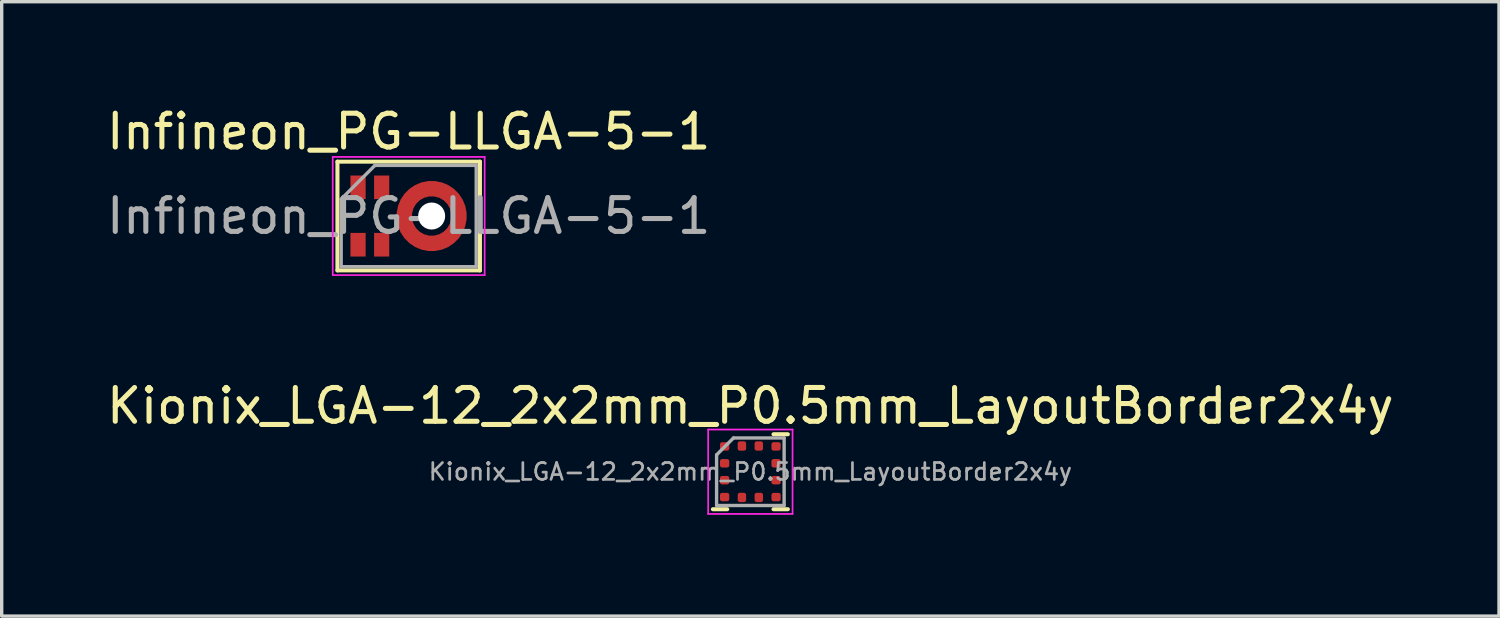
<source format=kicad_pcb>
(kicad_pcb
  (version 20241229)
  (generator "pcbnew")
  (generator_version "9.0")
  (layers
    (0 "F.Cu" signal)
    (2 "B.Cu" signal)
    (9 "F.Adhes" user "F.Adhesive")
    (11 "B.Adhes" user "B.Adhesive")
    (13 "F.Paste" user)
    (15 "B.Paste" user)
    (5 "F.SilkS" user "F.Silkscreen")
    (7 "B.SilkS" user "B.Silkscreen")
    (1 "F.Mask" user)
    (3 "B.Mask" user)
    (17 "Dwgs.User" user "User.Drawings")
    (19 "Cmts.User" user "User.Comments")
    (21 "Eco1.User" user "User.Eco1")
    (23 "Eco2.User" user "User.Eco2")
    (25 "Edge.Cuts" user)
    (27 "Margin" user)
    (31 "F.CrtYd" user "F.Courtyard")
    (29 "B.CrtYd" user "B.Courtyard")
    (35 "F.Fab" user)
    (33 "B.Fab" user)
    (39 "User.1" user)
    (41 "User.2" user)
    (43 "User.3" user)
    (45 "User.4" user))
  (footprint "Infineon_PG-LLGA-5-1"
    (layer "F.Cu")
    (at 9.054 3.348)
    (property "Reference" "Infineon_PG-LLGA-5-1" (at 0 -2.5 0) (layer "F.SilkS") (effects (font (size 1 1) (thickness 0.15))))
    (attr smd)
    (fp_poly (pts (xy -2 -1.5) (xy 2 -1.5) (xy 2 1.5) (xy -2 1.5)) (stroke (width 0.1) (type solid)) (fill yes) (layer "F.Mask"))
    (fp_line (start -2.11 -1.61) (end 2.11 -1.61) (stroke (width 0.12) (type solid)) (layer "F.SilkS"))
    (fp_line (start -2.11 1.61) (end -2.11 -1.61) (stroke (width 0.12) (type solid)) (layer "F.SilkS"))
    (fp_line (start 2.11 -1.61) (end 2.11 1.61) (stroke (width 0.12) (type solid)) (layer "F.SilkS"))
    (fp_line (start 2.11 1.61) (end -2.11 1.61) (stroke (width 0.12) (type solid)) (layer "F.SilkS"))
    (fp_line (start -2.25 -1.75) (end 2.25 -1.75) (stroke (width 0.05) (type solid)) (layer "F.CrtYd"))
    (fp_line (start -2.25 1.75) (end -2.25 -1.75) (stroke (width 0.05) (type solid)) (layer "F.CrtYd"))
    (fp_line (start 2.25 -1.75) (end 2.25 1.75) (stroke (width 0.05) (type solid)) (layer "F.CrtYd"))
    (fp_line (start 2.25 1.75) (end -2.25 1.75) (stroke (width 0.05) (type solid)) (layer "F.CrtYd"))
    (fp_line (start -2 -0.5) (end -1 -1.5) (stroke (width 0.1) (type solid)) (layer "F.Fab"))
    (fp_line (start -2 1.5) (end -2 -0.5) (stroke (width 0.1) (type solid)) (layer "F.Fab"))
    (fp_line (start -1 -1.5) (end 2 -1.5) (stroke (width 0.1) (type solid)) (layer "F.Fab"))
    (fp_line (start 2 -1.5) (end 2 1.5) (stroke (width 0.1) (type solid)) (layer "F.Fab"))
    (fp_line (start 2 1.5) (end -2 1.5) (stroke (width 0.1) (type solid)) (layer "F.Fab"))
    (fp_text user "${REFERENCE}" (at 0 0 0) (layer "F.Fab") (effects (font (size 1 1) (thickness 0.15))))
    (pad "" smd custom (at -1.5 -0.725) (size 0.3 0.3) (layers "F.Paste") (options (anchor circle)) (primitives (gr_poly (pts (xy 0.185 -0.327) (xy 0.141 -0.391) (xy 0.077 -0.435) (xy 0 -0.45) (xy -0.077 -0.435) (xy -0.141 -0.391) (xy -0.185 -0.327) (xy -0.2 -0.25) (xy -0.2 0) (xy -0.185 0.077) (xy -0.141 0.141) (xy -0.077 0.185) (xy 0 0.2) (xy 0.077 0.185) (xy 0.141 0.141) (xy 0.185 0.077) (xy 0.2 0) (xy 0.2 -0.25)) (width 0) (fill yes))))
    (pad "" smd custom (at -1.5 0.725) (size 0.3 0.3) (layers "F.Paste") (options (anchor circle)) (primitives (gr_poly (pts (xy 0.185 -0.077) (xy 0.141 -0.141) (xy 0.077 -0.185) (xy 0 -0.2) (xy -0.077 -0.185) (xy -0.141 -0.141) (xy -0.185 -0.077) (xy -0.2 0) (xy -0.2 0.25) (xy -0.185 0.327) (xy -0.141 0.391) (xy -0.077 0.435) (xy 0 0.45) (xy 0.077 0.435) (xy 0.141 0.391) (xy 0.185 0.327) (xy 0.2 0.25) (xy 0.2 0)) (width 0) (fill yes))))
    (pad "" smd custom (at -0.8 -0.725) (size 0.3 0.3) (layers "F.Paste") (options (anchor circle)) (primitives (gr_poly (pts (xy 0.185 -0.327) (xy 0.141 -0.391) (xy 0.077 -0.435) (xy 0 -0.45) (xy -0.077 -0.435) (xy -0.141 -0.391) (xy -0.185 -0.327) (xy -0.2 -0.25) (xy -0.2 0) (xy -0.185 0.077) (xy -0.141 0.141) (xy -0.077 0.185) (xy 0 0.2) (xy 0.077 0.185) (xy 0.141 0.141) (xy 0.185 0.077) (xy 0.2 0) (xy 0.2 -0.25)) (width 0) (fill yes))))
    (pad "" smd custom (at -0.8 0.725) (size 0.3 0.3) (layers "F.Paste") (options (anchor circle)) (primitives (gr_poly (pts (xy 0.185 -0.077) (xy 0.141 -0.141) (xy 0.077 -0.185) (xy 0 -0.2) (xy -0.077 -0.185) (xy -0.141 -0.141) (xy -0.185 -0.077) (xy -0.2 0) (xy -0.2 0.25) (xy -0.185 0.327) (xy -0.141 0.391) (xy -0.077 0.435) (xy 0 0.45) (xy 0.077 0.435) (xy 0.141 0.391) (xy 0.185 0.327) (xy 0.2 0.25) (xy 0.2 0)) (width 0) (fill yes))))
    (pad "" smd custom (at -0.12 0) (size 0.3 0.3) (layers "F.Paste") (options (anchor circle)) (primitives (gr_poly (pts (xy -0.093 -0.33) (xy -0.02 -0.36) (xy 0.058 -0.359) (xy 0.129 -0.328) (xy 0.184 -0.273) (xy 0.213 -0.2) (xy 0.213 -0.122) (xy 0.2 0) (xy 0.213 0.122) (xy 0.213 0.2) (xy 0.184 0.273) (xy 0.129 0.328) (xy 0.058 0.359) (xy -0.02 0.36) (xy -0.093 0.33) (xy -0.149 0.276) (xy -0.179 0.204) (xy -0.198 0.068) (xy -0.198 -0.068) (xy -0.179 -0.204) (xy -0.149 -0.276)) (width 0) (fill yes))))
    (pad "" smd custom (at 0.28 -0.693) (size 0.3 0.3) (layers "F.Paste") (options (anchor circle)) (primitives (gr_poly (pts (xy 0.24 -0.246) (xy 0.301 -0.198) (xy 0.34 -0.13) (xy 0.349 -0.052) (xy 0.328 0.023) (xy 0.28 0.085) (xy 0.212 0.123) (xy 0.1 0.173) (xy 0.000409 0.245) (xy -0.067 0.285) (xy -0.144 0.296) (xy -0.22 0.276) (xy -0.282 0.229) (xy -0.322 0.162) (xy -0.332 0.085) (xy -0.313 0.009) (xy -0.266 -0.053) (xy -0.158 -0.137) (xy -0.04 -0.205) (xy 0.087 -0.257) (xy 0.164 -0.266)) (width 0) (fill yes))))
    (pad "" smd custom (at 0.28 0.693) (size 0.3 0.3) (layers "F.Paste") (options (anchor circle)) (primitives (gr_poly (pts (xy -0.332 -0.085) (xy -0.322 -0.162) (xy -0.282 -0.229) (xy -0.22 -0.276) (xy -0.144 -0.296) (xy -0.067 -0.285) (xy 0.000389 -0.245) (xy 0.1 -0.173) (xy 0.212 -0.123) (xy 0.28 -0.085) (xy 0.328 -0.023) (xy 0.349 0.052) (xy 0.34 0.13) (xy 0.301 0.197) (xy 0.24 0.246) (xy 0.164 0.266) (xy 0.087 0.257) (xy -0.04 0.205) (xy -0.158 0.137) (xy -0.266 0.053) (xy -0.313 -0.009)) (width 0) (fill yes))))
    (pad "" np_thru_hole circle (at 0.68 0) (size 0.8 0.8) (drill 0.8) (layers "*.Cu" "*.Mask"))
    (pad "" smd custom (at 1.08 -0.693) (size 0.3 0.3) (layers "F.Paste") (options (anchor circle)) (primitives (gr_poly (pts (xy 0.332 0.085) (xy 0.322 0.162) (xy 0.282 0.229) (xy 0.22 0.276) (xy 0.144 0.296) (xy 0.067 0.285) (xy -0.000409 0.245) (xy -0.1 0.173) (xy -0.212 0.123) (xy -0.28 0.085) (xy -0.328 0.023) (xy -0.349 -0.052) (xy -0.34 -0.13) (xy -0.301 -0.198) (xy -0.24 -0.246) (xy -0.164 -0.266) (xy -0.087 -0.257) (xy 0.04 -0.205) (xy 0.158 -0.137) (xy 0.266 -0.053) (xy 0.313 0.009)) (width 0) (fill yes))))
    (pad "" smd custom (at 1.08 0.693) (size 0.3 0.3) (layers "F.Paste") (options (anchor circle)) (primitives (gr_poly (pts (xy -0.24 0.246) (xy -0.301 0.198) (xy -0.34 0.13) (xy -0.349 0.052) (xy -0.328 -0.023) (xy -0.28 -0.085) (xy -0.212 -0.123) (xy -0.1 -0.173) (xy -0.000411 -0.245) (xy 0.067 -0.285) (xy 0.144 -0.296) (xy 0.22 -0.276) (xy 0.282 -0.229) (xy 0.322 -0.162) (xy 0.332 -0.085) (xy 0.313 -0.009) (xy 0.266 0.053) (xy 0.158 0.137) (xy 0.04 0.205) (xy -0.087 0.257) (xy -0.164 0.266)) (width 0) (fill yes))))
    (pad "" smd custom (at 1.48 0) (size 0.3 0.3) (layers "F.Paste") (options (anchor circle)) (primitives (gr_poly (pts (xy 0.093 0.33) (xy 0.02 0.36) (xy -0.058 0.359) (xy -0.129 0.328) (xy -0.184 0.273) (xy -0.213 0.2) (xy -0.213 0.122) (xy -0.2 0) (xy -0.213 -0.122) (xy -0.213 -0.2) (xy -0.184 -0.273) (xy -0.129 -0.328) (xy -0.058 -0.359) (xy 0.02 -0.36) (xy 0.093 -0.33) (xy 0.149 -0.276) (xy 0.179 -0.204) (xy 0.198 -0.068) (xy 0.198 0.068) (xy 0.179 0.204) (xy 0.149 0.276)) (width 0) (fill yes))))
    (pad "1" smd rect (at -1.5 -0.85) (size 0.45 0.7) (layers "F.Cu"))
    (pad "2" smd rect (at -0.8 -0.85) (size 0.45 0.7) (layers "F.Cu"))
    (pad "3" smd rect (at -1.5 0.85) (size 0.45 0.7) (layers "F.Cu"))
    (pad "4" smd rect (at -0.8 0.85) (size 0.45 0.7) (layers "F.Cu"))
    (pad "5" smd custom (at 0.68 -0.81) (size 0.4 0.4) (layers "F.Cu") (options (anchor circle)) (primitives (gr_circle (center 0 0.81) (end 0.81 0.81) (width 0.46) (fill no)))))
  (footprint "Kionix_LGA-12_2x2mm_P0.5mm_LayoutBorder2x4y"
    (layer "F.Cu")
    (at 19.173 10.921)
    (property "Reference" "Kionix_LGA-12_2x2mm_P0.5mm_LayoutBorder2x4y" (at 0 -1.95 0) (layer "F.SilkS") (effects (font (size 1 1) (thickness 0.15))))
    (attr smd)
    (fp_line (start -0.685 1.11) (end -1.11 1.11) (stroke (width 0.12) (type solid)) (layer "F.SilkS"))
    (fp_line (start 0.685 -1.11) (end 1.11 -1.11) (stroke (width 0.12) (type solid)) (layer "F.SilkS"))
    (fp_line (start 0.685 1.11) (end 1.11 1.11) (stroke (width 0.12) (type solid)) (layer "F.SilkS"))
    (fp_line (start -1.25 -1.25) (end -1.25 1.25) (stroke (width 0.05) (type solid)) (layer "F.CrtYd"))
    (fp_line (start -1.25 1.25) (end 1.25 1.25) (stroke (width 0.05) (type solid)) (layer "F.CrtYd"))
    (fp_line (start 1.25 -1.25) (end -1.25 -1.25) (stroke (width 0.05) (type solid)) (layer "F.CrtYd"))
    (fp_line (start 1.25 1.25) (end 1.25 -1.25) (stroke (width 0.05) (type solid)) (layer "F.CrtYd"))
    (fp_line (start -1 -0.5) (end -0.5 -1) (stroke (width 0.1) (type solid)) (layer "F.Fab"))
    (fp_line (start -1 1) (end -1 -0.5) (stroke (width 0.1) (type solid)) (layer "F.Fab"))
    (fp_line (start -0.5 -1) (end 1 -1) (stroke (width 0.1) (type solid)) (layer "F.Fab"))
    (fp_line (start 1 -1) (end 1 1) (stroke (width 0.1) (type solid)) (layer "F.Fab"))
    (fp_line (start 1 1) (end -1 1) (stroke (width 0.1) (type solid)) (layer "F.Fab"))
    (fp_text user "${REFERENCE}" (at 0 0 0) (layer "F.Fab") (effects (font (size 0.5 0.5) (thickness 0.08))))
    (pad "1" smd roundrect (at -0.762 -0.75) (size 0.275 0.25) (layers "F.Cu" "F.Mask" "F.Paste") (roundrect_rratio 0.25))
    (pad "2" smd roundrect (at -0.762 -0.25) (size 0.275 0.25) (layers "F.Cu" "F.Mask" "F.Paste") (roundrect_rratio 0.25))
    (pad "3" smd roundrect (at -0.762 0.25) (size 0.275 0.25) (layers "F.Cu" "F.Mask" "F.Paste") (roundrect_rratio 0.25))
    (pad "4" smd roundrect (at -0.762 0.75) (size 0.275 0.25) (layers "F.Cu" "F.Mask" "F.Paste") (roundrect_rratio 0.25))
    (pad "5" smd roundrect (at -0.25 0.762) (size 0.25 0.275) (layers "F.Cu" "F.Mask" "F.Paste") (roundrect_rratio 0.25))
    (pad "6" smd roundrect (at 0.25 0.762) (size 0.25 0.275) (layers "F.Cu" "F.Mask" "F.Paste") (roundrect_rratio 0.25))
    (pad "7" smd roundrect (at 0.762 0.75) (size 0.275 0.25) (layers "F.Cu" "F.Mask" "F.Paste") (roundrect_rratio 0.25))
    (pad "8" smd roundrect (at 0.762 0.25) (size 0.275 0.25) (layers "F.Cu" "F.Mask" "F.Paste") (roundrect_rratio 0.25))
    (pad "9" smd roundrect (at 0.762 -0.25) (size 0.275 0.25) (layers "F.Cu" "F.Mask" "F.Paste") (roundrect_rratio 0.25))
    (pad "10" smd roundrect (at 0.762 -0.75) (size 0.275 0.25) (layers "F.Cu" "F.Mask" "F.Paste") (roundrect_rratio 0.25))
    (pad "11" smd roundrect (at 0.25 -0.762) (size 0.25 0.275) (layers "F.Cu" "F.Mask" "F.Paste") (roundrect_rratio 0.25))
    (pad "12" smd roundrect (at -0.25 -0.762) (size 0.25 0.275) (layers "F.Cu" "F.Mask" "F.Paste") (roundrect_rratio 0.25)))
  (gr_rect
    (start -3 -3)
    (end 41.345 15.197)
    (stroke (width 0.1) (type default))
    (fill no)
    (layer "Edge.Cuts")))
</source>
